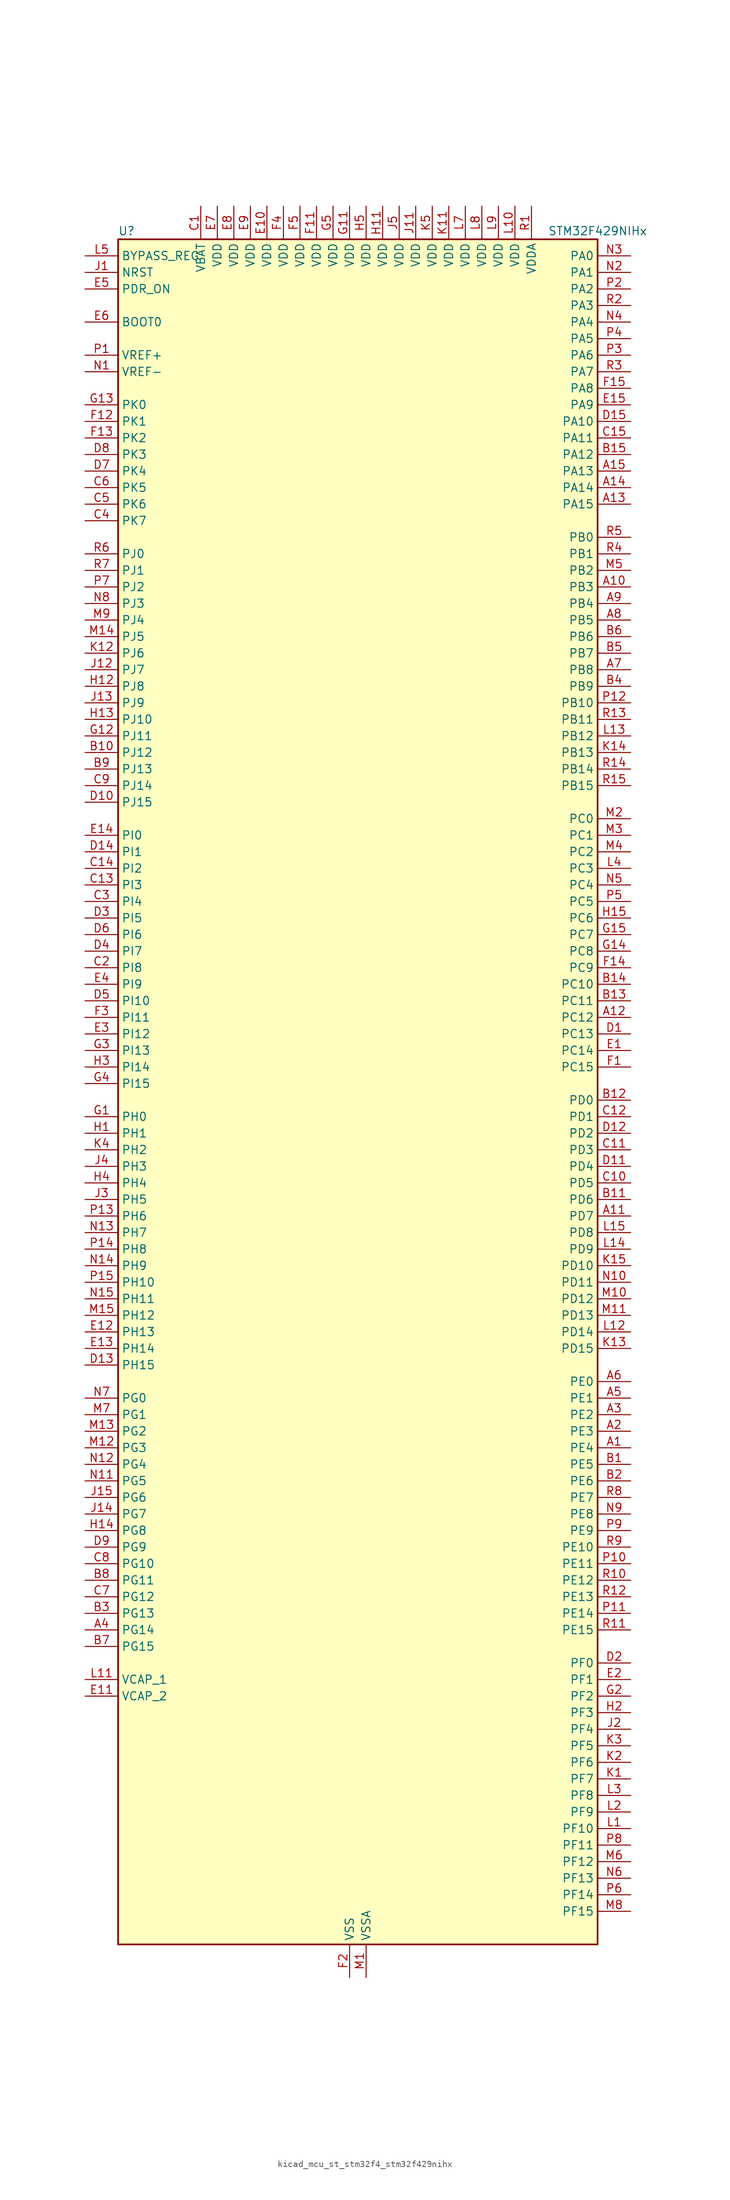
<source format=kicad_sym>
(kicad_symbol_lib
  (version 20220914)
  (generator kicad_symbol_editor)
  (symbol "kicad_mcu_st_stm32f4_stm32f429nihx"
    (property "Reference" "U"
      (at -35.56 133.35 0)
      (effects (font (size 1.27 1.27)) (justify left)))
    (property "Value" "STM32F429NIHx"
      (at 30.48 133.35 0)
      (effects (font (size 1.27 1.27)) (justify left)))
    (property "ki_locked" ""
      (at 0 0 0)
      (effects (font (size 1.27 1.27))))
    (symbol "kicad_mcu_st_stm32f4_stm32f429nihx_0_1"
      (rectangle (start -35.56 -129.54) (end 38.1 132.08) (stroke (width 0.254) (type default)) (fill (type background))))
    (symbol "kicad_mcu_st_stm32f4_stm32f429nihx_1_1"
      (pin bidirectional line (at 43.18 -53.34 180) (length 5.08) (name "PE4" (effects (font (size 1.27 1.27)))) (number "A1" (effects (font (size 1.27 1.27)))) (alternate "DCMI_D4" bidirectional line) (alternate "FMC_A20" bidirectional line) (alternate "LTDC_B0" bidirectional line) (alternate "SAI1_FS_A" bidirectional line) (alternate "SPI4_NSS" bidirectional line) (alternate "SYS_TRACED1" bidirectional line))
      (pin bidirectional line (at 43.18 78.74 180) (length 5.08) (name "PB3" (effects (font (size 1.27 1.27)))) (number "A10" (effects (font (size 1.27 1.27)))) (alternate "I2S3_CK" bidirectional line) (alternate "SPI1_SCK" bidirectional line) (alternate "SPI3_SCK" bidirectional line) (alternate "SYS_JTDO-SWO" bidirectional line) (alternate "TIM2_CH2" bidirectional line))
      (pin bidirectional line (at 43.18 -17.78 180) (length 5.08) (name "PD7" (effects (font (size 1.27 1.27)))) (number "A11" (effects (font (size 1.27 1.27)))) (alternate "FMC_NCE2" bidirectional line) (alternate "FMC_NE1" bidirectional line) (alternate "USART2_CK" bidirectional line))
      (pin bidirectional line (at 43.18 12.7 180) (length 5.08) (name "PC12" (effects (font (size 1.27 1.27)))) (number "A12" (effects (font (size 1.27 1.27)))) (alternate "DCMI_D9" bidirectional line) (alternate "I2S3_SD" bidirectional line) (alternate "SDIO_CK" bidirectional line) (alternate "SPI3_MOSI" bidirectional line) (alternate "UART5_TX" bidirectional line) (alternate "USART3_CK" bidirectional line))
      (pin bidirectional line (at 43.18 91.44 180) (length 5.08) (name "PA15" (effects (font (size 1.27 1.27)))) (number "A13" (effects (font (size 1.27 1.27)))) (alternate "ADC1_EXTI15" bidirectional line) (alternate "ADC2_EXTI15" bidirectional line) (alternate "ADC3_EXTI15" bidirectional line) (alternate "I2S3_WS" bidirectional line) (alternate "SPI1_NSS" bidirectional line) (alternate "SPI3_NSS" bidirectional line) (alternate "SYS_JTDI" bidirectional line) (alternate "TIM2_CH1" bidirectional line) (alternate "TIM2_ETR" bidirectional line))
      (pin bidirectional line (at 43.18 93.98 180) (length 5.08) (name "PA14" (effects (font (size 1.27 1.27)))) (number "A14" (effects (font (size 1.27 1.27)))) (alternate "SYS_JTCK-SWCLK" bidirectional line))
      (pin bidirectional line (at 43.18 96.52 180) (length 5.08) (name "PA13" (effects (font (size 1.27 1.27)))) (number "A15" (effects (font (size 1.27 1.27)))) (alternate "SYS_JTMS-SWDIO" bidirectional line))
      (pin bidirectional line (at 43.18 -50.8 180) (length 5.08) (name "PE3" (effects (font (size 1.27 1.27)))) (number "A2" (effects (font (size 1.27 1.27)))) (alternate "FMC_A19" bidirectional line) (alternate "SAI1_SD_B" bidirectional line) (alternate "SYS_TRACED0" bidirectional line))
      (pin bidirectional line (at 43.18 -48.26 180) (length 5.08) (name "PE2" (effects (font (size 1.27 1.27)))) (number "A3" (effects (font (size 1.27 1.27)))) (alternate "ETH_TXD3" bidirectional line) (alternate "FMC_A23" bidirectional line) (alternate "SAI1_MCLK_A" bidirectional line) (alternate "SPI4_SCK" bidirectional line) (alternate "SYS_TRACECLK" bidirectional line))
      (pin bidirectional line (at -40.64 -81.28 0) (length 5.08) (name "PG14" (effects (font (size 1.27 1.27)))) (number "A4" (effects (font (size 1.27 1.27)))) (alternate "ETH_TXD1" bidirectional line) (alternate "FMC_A25" bidirectional line) (alternate "SPI6_MOSI" bidirectional line) (alternate "USART6_TX" bidirectional line))
      (pin bidirectional line (at 43.18 -45.72 180) (length 5.08) (name "PE1" (effects (font (size 1.27 1.27)))) (number "A5" (effects (font (size 1.27 1.27)))) (alternate "DCMI_D3" bidirectional line) (alternate "FMC_NBL1" bidirectional line) (alternate "UART8_TX" bidirectional line))
      (pin bidirectional line (at 43.18 -43.18 180) (length 5.08) (name "PE0" (effects (font (size 1.27 1.27)))) (number "A6" (effects (font (size 1.27 1.27)))) (alternate "DCMI_D2" bidirectional line) (alternate "FMC_NBL0" bidirectional line) (alternate "TIM4_ETR" bidirectional line) (alternate "UART8_RX" bidirectional line))
      (pin bidirectional line (at 43.18 66.04 180) (length 5.08) (name "PB8" (effects (font (size 1.27 1.27)))) (number "A7" (effects (font (size 1.27 1.27)))) (alternate "CAN1_RX" bidirectional line) (alternate "DCMI_D6" bidirectional line) (alternate "ETH_TXD3" bidirectional line) (alternate "I2C1_SCL" bidirectional line) (alternate "LTDC_B6" bidirectional line) (alternate "SDIO_D4" bidirectional line) (alternate "TIM10_CH1" bidirectional line) (alternate "TIM4_CH3" bidirectional line))
      (pin bidirectional line (at 43.18 73.66 180) (length 5.08) (name "PB5" (effects (font (size 1.27 1.27)))) (number "A8" (effects (font (size 1.27 1.27)))) (alternate "CAN2_RX" bidirectional line) (alternate "DCMI_D10" bidirectional line) (alternate "ETH_PPS_OUT" bidirectional line) (alternate "FMC_SDCKE1" bidirectional line) (alternate "I2C1_SMBA" bidirectional line) (alternate "I2S3_SD" bidirectional line) (alternate "SPI1_MOSI" bidirectional line) (alternate "SPI3_MOSI" bidirectional line) (alternate "TIM3_CH2" bidirectional line) (alternate "USB_OTG_HS_ULPI_D7" bidirectional line))
      (pin bidirectional line (at 43.18 76.2 180) (length 5.08) (name "PB4" (effects (font (size 1.27 1.27)))) (number "A9" (effects (font (size 1.27 1.27)))) (alternate "I2S3_ext_SD" bidirectional line) (alternate "SPI1_MISO" bidirectional line) (alternate "SPI3_MISO" bidirectional line) (alternate "SYS_JTRST" bidirectional line) (alternate "TIM3_CH1" bidirectional line))
      (pin bidirectional line (at 43.18 -55.88 180) (length 5.08) (name "PE5" (effects (font (size 1.27 1.27)))) (number "B1" (effects (font (size 1.27 1.27)))) (alternate "DCMI_D6" bidirectional line) (alternate "FMC_A21" bidirectional line) (alternate "LTDC_G0" bidirectional line) (alternate "SAI1_SCK_A" bidirectional line) (alternate "SPI4_MISO" bidirectional line) (alternate "SYS_TRACED2" bidirectional line) (alternate "TIM9_CH1" bidirectional line))
      (pin bidirectional line (at -40.64 53.34 0) (length 5.08) (name "PJ12" (effects (font (size 1.27 1.27)))) (number "B10" (effects (font (size 1.27 1.27)))) (alternate "LTDC_B0" bidirectional line))
      (pin bidirectional line (at 43.18 -15.24 180) (length 5.08) (name "PD6" (effects (font (size 1.27 1.27)))) (number "B11" (effects (font (size 1.27 1.27)))) (alternate "DCMI_D10" bidirectional line) (alternate "FMC_NWAIT" bidirectional line) (alternate "I2S3_SD" bidirectional line) (alternate "LTDC_B2" bidirectional line) (alternate "SAI1_SD_A" bidirectional line) (alternate "SPI3_MOSI" bidirectional line) (alternate "USART2_RX" bidirectional line))
      (pin bidirectional line (at 43.18 0 180) (length 5.08) (name "PD0" (effects (font (size 1.27 1.27)))) (number "B12" (effects (font (size 1.27 1.27)))) (alternate "CAN1_RX" bidirectional line) (alternate "FMC_D2" bidirectional line) (alternate "FMC_DA2" bidirectional line))
      (pin bidirectional line (at 43.18 15.24 180) (length 5.08) (name "PC11" (effects (font (size 1.27 1.27)))) (number "B13" (effects (font (size 1.27 1.27)))) (alternate "ADC1_EXTI11" bidirectional line) (alternate "ADC2_EXTI11" bidirectional line) (alternate "ADC3_EXTI11" bidirectional line) (alternate "DCMI_D4" bidirectional line) (alternate "I2S3_ext_SD" bidirectional line) (alternate "SDIO_D3" bidirectional line) (alternate "SPI3_MISO" bidirectional line) (alternate "UART4_RX" bidirectional line) (alternate "USART3_RX" bidirectional line))
      (pin bidirectional line (at 43.18 17.78 180) (length 5.08) (name "PC10" (effects (font (size 1.27 1.27)))) (number "B14" (effects (font (size 1.27 1.27)))) (alternate "DCMI_D8" bidirectional line) (alternate "I2S3_CK" bidirectional line) (alternate "LTDC_R2" bidirectional line) (alternate "SDIO_D2" bidirectional line) (alternate "SPI3_SCK" bidirectional line) (alternate "UART4_TX" bidirectional line) (alternate "USART3_TX" bidirectional line))
      (pin bidirectional line (at 43.18 99.06 180) (length 5.08) (name "PA12" (effects (font (size 1.27 1.27)))) (number "B15" (effects (font (size 1.27 1.27)))) (alternate "CAN1_TX" bidirectional line) (alternate "LTDC_R5" bidirectional line) (alternate "TIM1_ETR" bidirectional line) (alternate "USART1_RTS" bidirectional line) (alternate "USB_OTG_FS_DP" bidirectional line))
      (pin bidirectional line (at 43.18 -58.42 180) (length 5.08) (name "PE6" (effects (font (size 1.27 1.27)))) (number "B2" (effects (font (size 1.27 1.27)))) (alternate "DCMI_D7" bidirectional line) (alternate "FMC_A22" bidirectional line) (alternate "LTDC_G1" bidirectional line) (alternate "SAI1_SD_A" bidirectional line) (alternate "SPI4_MOSI" bidirectional line) (alternate "SYS_TRACED3" bidirectional line) (alternate "TIM9_CH2" bidirectional line))
      (pin bidirectional line (at -40.64 -78.74 0) (length 5.08) (name "PG13" (effects (font (size 1.27 1.27)))) (number "B3" (effects (font (size 1.27 1.27)))) (alternate "ETH_TXD0" bidirectional line) (alternate "FMC_A24" bidirectional line) (alternate "SPI6_SCK" bidirectional line) (alternate "USART6_CTS" bidirectional line))
      (pin bidirectional line (at 43.18 63.5 180) (length 5.08) (name "PB9" (effects (font (size 1.27 1.27)))) (number "B4" (effects (font (size 1.27 1.27)))) (alternate "CAN1_TX" bidirectional line) (alternate "DAC_EXTI9" bidirectional line) (alternate "DCMI_D7" bidirectional line) (alternate "I2C1_SDA" bidirectional line) (alternate "I2S2_WS" bidirectional line) (alternate "LTDC_B7" bidirectional line) (alternate "SDIO_D5" bidirectional line) (alternate "SPI2_NSS" bidirectional line) (alternate "TIM11_CH1" bidirectional line) (alternate "TIM4_CH4" bidirectional line))
      (pin bidirectional line (at 43.18 68.58 180) (length 5.08) (name "PB7" (effects (font (size 1.27 1.27)))) (number "B5" (effects (font (size 1.27 1.27)))) (alternate "DCMI_VSYNC" bidirectional line) (alternate "FMC_NL" bidirectional line) (alternate "I2C1_SDA" bidirectional line) (alternate "TIM4_CH2" bidirectional line) (alternate "USART1_RX" bidirectional line))
      (pin bidirectional line (at 43.18 71.12 180) (length 5.08) (name "PB6" (effects (font (size 1.27 1.27)))) (number "B6" (effects (font (size 1.27 1.27)))) (alternate "CAN2_TX" bidirectional line) (alternate "DCMI_D5" bidirectional line) (alternate "FMC_SDNE1" bidirectional line) (alternate "I2C1_SCL" bidirectional line) (alternate "TIM4_CH1" bidirectional line) (alternate "USART1_TX" bidirectional line))
      (pin bidirectional line (at -40.64 -83.82 0) (length 5.08) (name "PG15" (effects (font (size 1.27 1.27)))) (number "B7" (effects (font (size 1.27 1.27)))) (alternate "ADC1_EXTI15" bidirectional line) (alternate "ADC2_EXTI15" bidirectional line) (alternate "ADC3_EXTI15" bidirectional line) (alternate "DCMI_D13" bidirectional line) (alternate "FMC_SDNCAS" bidirectional line) (alternate "USART6_CTS" bidirectional line))
      (pin bidirectional line (at -40.64 -73.66 0) (length 5.08) (name "PG11" (effects (font (size 1.27 1.27)))) (number "B8" (effects (font (size 1.27 1.27)))) (alternate "ADC1_EXTI11" bidirectional line) (alternate "ADC2_EXTI11" bidirectional line) (alternate "ADC3_EXTI11" bidirectional line) (alternate "DCMI_D3" bidirectional line) (alternate "ETH_TX_EN" bidirectional line) (alternate "FMC_NCE4_2" bidirectional line) (alternate "LTDC_B3" bidirectional line))
      (pin bidirectional line (at -40.64 50.8 0) (length 5.08) (name "PJ13" (effects (font (size 1.27 1.27)))) (number "B9" (effects (font (size 1.27 1.27)))) (alternate "LTDC_B1" bidirectional line))
      (pin power_in line (at -22.86 137.16 270) (length 5.08) (name "VBAT" (effects (font (size 1.27 1.27)))) (number "C1" (effects (font (size 1.27 1.27)))))
      (pin bidirectional line (at 43.18 -12.7 180) (length 5.08) (name "PD5" (effects (font (size 1.27 1.27)))) (number "C10" (effects (font (size 1.27 1.27)))) (alternate "FMC_NWE" bidirectional line) (alternate "USART2_TX" bidirectional line))
      (pin bidirectional line (at 43.18 -7.62 180) (length 5.08) (name "PD3" (effects (font (size 1.27 1.27)))) (number "C11" (effects (font (size 1.27 1.27)))) (alternate "DCMI_D5" bidirectional line) (alternate "FMC_CLK" bidirectional line) (alternate "I2S2_CK" bidirectional line) (alternate "LTDC_G7" bidirectional line) (alternate "SPI2_SCK" bidirectional line) (alternate "USART2_CTS" bidirectional line))
      (pin bidirectional line (at 43.18 -2.54 180) (length 5.08) (name "PD1" (effects (font (size 1.27 1.27)))) (number "C12" (effects (font (size 1.27 1.27)))) (alternate "CAN1_TX" bidirectional line) (alternate "FMC_D3" bidirectional line) (alternate "FMC_DA3" bidirectional line))
      (pin bidirectional line (at -40.64 33.02 0) (length 5.08) (name "PI3" (effects (font (size 1.27 1.27)))) (number "C13" (effects (font (size 1.27 1.27)))) (alternate "DCMI_D10" bidirectional line) (alternate "FMC_D27" bidirectional line) (alternate "I2S2_SD" bidirectional line) (alternate "SPI2_MOSI" bidirectional line) (alternate "TIM8_ETR" bidirectional line))
      (pin bidirectional line (at -40.64 35.56 0) (length 5.08) (name "PI2" (effects (font (size 1.27 1.27)))) (number "C14" (effects (font (size 1.27 1.27)))) (alternate "DCMI_D9" bidirectional line) (alternate "FMC_D26" bidirectional line) (alternate "I2S2_ext_SD" bidirectional line) (alternate "LTDC_G7" bidirectional line) (alternate "SPI2_MISO" bidirectional line) (alternate "TIM8_CH4" bidirectional line))
      (pin bidirectional line (at 43.18 101.6 180) (length 5.08) (name "PA11" (effects (font (size 1.27 1.27)))) (number "C15" (effects (font (size 1.27 1.27)))) (alternate "ADC1_EXTI11" bidirectional line) (alternate "ADC2_EXTI11" bidirectional line) (alternate "ADC3_EXTI11" bidirectional line) (alternate "CAN1_RX" bidirectional line) (alternate "LTDC_R4" bidirectional line) (alternate "TIM1_CH4" bidirectional line) (alternate "USART1_CTS" bidirectional line) (alternate "USB_OTG_FS_DM" bidirectional line))
      (pin bidirectional line (at -40.64 20.32 0) (length 5.08) (name "PI8" (effects (font (size 1.27 1.27)))) (number "C2" (effects (font (size 1.27 1.27)))) (alternate "RTC_AF2" bidirectional line))
      (pin bidirectional line (at -40.64 30.48 0) (length 5.08) (name "PI4" (effects (font (size 1.27 1.27)))) (number "C3" (effects (font (size 1.27 1.27)))) (alternate "DCMI_D5" bidirectional line) (alternate "FMC_NBL2" bidirectional line) (alternate "LTDC_B4" bidirectional line) (alternate "TIM8_BKIN" bidirectional line))
      (pin bidirectional line (at -40.64 88.9 0) (length 5.08) (name "PK7" (effects (font (size 1.27 1.27)))) (number "C4" (effects (font (size 1.27 1.27)))) (alternate "LTDC_DE" bidirectional line))
      (pin bidirectional line (at -40.64 91.44 0) (length 5.08) (name "PK6" (effects (font (size 1.27 1.27)))) (number "C5" (effects (font (size 1.27 1.27)))) (alternate "LTDC_B7" bidirectional line))
      (pin bidirectional line (at -40.64 93.98 0) (length 5.08) (name "PK5" (effects (font (size 1.27 1.27)))) (number "C6" (effects (font (size 1.27 1.27)))) (alternate "LTDC_B6" bidirectional line))
      (pin bidirectional line (at -40.64 -76.2 0) (length 5.08) (name "PG12" (effects (font (size 1.27 1.27)))) (number "C7" (effects (font (size 1.27 1.27)))) (alternate "FMC_NE4" bidirectional line) (alternate "LTDC_B1" bidirectional line) (alternate "LTDC_B4" bidirectional line) (alternate "SPI6_MISO" bidirectional line) (alternate "USART6_RTS" bidirectional line))
      (pin bidirectional line (at -40.64 -71.12 0) (length 5.08) (name "PG10" (effects (font (size 1.27 1.27)))) (number "C8" (effects (font (size 1.27 1.27)))) (alternate "DCMI_D2" bidirectional line) (alternate "FMC_NCE4_1" bidirectional line) (alternate "FMC_NE3" bidirectional line) (alternate "LTDC_B2" bidirectional line) (alternate "LTDC_G3" bidirectional line))
      (pin bidirectional line (at -40.64 48.26 0) (length 5.08) (name "PJ14" (effects (font (size 1.27 1.27)))) (number "C9" (effects (font (size 1.27 1.27)))) (alternate "LTDC_B2" bidirectional line))
      (pin bidirectional line (at 43.18 10.16 180) (length 5.08) (name "PC13" (effects (font (size 1.27 1.27)))) (number "D1" (effects (font (size 1.27 1.27)))) (alternate "RTC_AF1" bidirectional line))
      (pin bidirectional line (at -40.64 45.72 0) (length 5.08) (name "PJ15" (effects (font (size 1.27 1.27)))) (number "D10" (effects (font (size 1.27 1.27)))) (alternate "ADC1_EXTI15" bidirectional line) (alternate "ADC2_EXTI15" bidirectional line) (alternate "ADC3_EXTI15" bidirectional line) (alternate "LTDC_B3" bidirectional line))
      (pin bidirectional line (at 43.18 -10.16 180) (length 5.08) (name "PD4" (effects (font (size 1.27 1.27)))) (number "D11" (effects (font (size 1.27 1.27)))) (alternate "FMC_NOE" bidirectional line) (alternate "USART2_RTS" bidirectional line))
      (pin bidirectional line (at 43.18 -5.08 180) (length 5.08) (name "PD2" (effects (font (size 1.27 1.27)))) (number "D12" (effects (font (size 1.27 1.27)))) (alternate "DCMI_D11" bidirectional line) (alternate "SDIO_CMD" bidirectional line) (alternate "TIM3_ETR" bidirectional line) (alternate "UART5_RX" bidirectional line))
      (pin bidirectional line (at -40.64 -40.64 0) (length 5.08) (name "PH15" (effects (font (size 1.27 1.27)))) (number "D13" (effects (font (size 1.27 1.27)))) (alternate "ADC1_EXTI15" bidirectional line) (alternate "ADC2_EXTI15" bidirectional line) (alternate "ADC3_EXTI15" bidirectional line) (alternate "DCMI_D11" bidirectional line) (alternate "FMC_D23" bidirectional line) (alternate "LTDC_G4" bidirectional line) (alternate "TIM8_CH3N" bidirectional line))
      (pin bidirectional line (at -40.64 38.1 0) (length 5.08) (name "PI1" (effects (font (size 1.27 1.27)))) (number "D14" (effects (font (size 1.27 1.27)))) (alternate "DCMI_D8" bidirectional line) (alternate "FMC_D25" bidirectional line) (alternate "I2S2_CK" bidirectional line) (alternate "LTDC_G6" bidirectional line) (alternate "SPI2_SCK" bidirectional line))
      (pin bidirectional line (at 43.18 104.14 180) (length 5.08) (name "PA10" (effects (font (size 1.27 1.27)))) (number "D15" (effects (font (size 1.27 1.27)))) (alternate "DCMI_D1" bidirectional line) (alternate "TIM1_CH3" bidirectional line) (alternate "USART1_RX" bidirectional line) (alternate "USB_OTG_FS_ID" bidirectional line))
      (pin bidirectional line (at 43.18 -86.36 180) (length 5.08) (name "PF0" (effects (font (size 1.27 1.27)))) (number "D2" (effects (font (size 1.27 1.27)))) (alternate "FMC_A0" bidirectional line) (alternate "I2C2_SDA" bidirectional line))
      (pin bidirectional line (at -40.64 27.94 0) (length 5.08) (name "PI5" (effects (font (size 1.27 1.27)))) (number "D3" (effects (font (size 1.27 1.27)))) (alternate "DCMI_VSYNC" bidirectional line) (alternate "FMC_NBL3" bidirectional line) (alternate "LTDC_B5" bidirectional line) (alternate "TIM8_CH1" bidirectional line))
      (pin bidirectional line (at -40.64 22.86 0) (length 5.08) (name "PI7" (effects (font (size 1.27 1.27)))) (number "D4" (effects (font (size 1.27 1.27)))) (alternate "DCMI_D7" bidirectional line) (alternate "FMC_D29" bidirectional line) (alternate "LTDC_B7" bidirectional line) (alternate "TIM8_CH3" bidirectional line))
      (pin bidirectional line (at -40.64 15.24 0) (length 5.08) (name "PI10" (effects (font (size 1.27 1.27)))) (number "D5" (effects (font (size 1.27 1.27)))) (alternate "ETH_RX_ER" bidirectional line) (alternate "FMC_D31" bidirectional line) (alternate "LTDC_HSYNC" bidirectional line))
      (pin bidirectional line (at -40.64 25.4 0) (length 5.08) (name "PI6" (effects (font (size 1.27 1.27)))) (number "D6" (effects (font (size 1.27 1.27)))) (alternate "DCMI_D6" bidirectional line) (alternate "FMC_D28" bidirectional line) (alternate "LTDC_B6" bidirectional line) (alternate "TIM8_CH2" bidirectional line))
      (pin bidirectional line (at -40.64 96.52 0) (length 5.08) (name "PK4" (effects (font (size 1.27 1.27)))) (number "D7" (effects (font (size 1.27 1.27)))) (alternate "LTDC_B5" bidirectional line))
      (pin bidirectional line (at -40.64 99.06 0) (length 5.08) (name "PK3" (effects (font (size 1.27 1.27)))) (number "D8" (effects (font (size 1.27 1.27)))) (alternate "LTDC_B4" bidirectional line))
      (pin bidirectional line (at -40.64 -68.58 0) (length 5.08) (name "PG9" (effects (font (size 1.27 1.27)))) (number "D9" (effects (font (size 1.27 1.27)))) (alternate "DAC_EXTI9" bidirectional line) (alternate "DCMI_VSYNC" bidirectional line) (alternate "FMC_NCE3" bidirectional line) (alternate "FMC_NE2" bidirectional line) (alternate "USART6_RX" bidirectional line))
      (pin bidirectional line (at 43.18 7.62 180) (length 5.08) (name "PC14" (effects (font (size 1.27 1.27)))) (number "E1" (effects (font (size 1.27 1.27)))) (alternate "RCC_OSC32_IN" bidirectional line))
      (pin power_in line (at -12.7 137.16 270) (length 5.08) (name "VDD" (effects (font (size 1.27 1.27)))) (number "E10" (effects (font (size 1.27 1.27)))))
      (pin power_out line (at -40.64 -91.44 0) (length 5.08) (name "VCAP_2" (effects (font (size 1.27 1.27)))) (number "E11" (effects (font (size 1.27 1.27)))))
      (pin bidirectional line (at -40.64 -35.56 0) (length 5.08) (name "PH13" (effects (font (size 1.27 1.27)))) (number "E12" (effects (font (size 1.27 1.27)))) (alternate "CAN1_TX" bidirectional line) (alternate "FMC_D21" bidirectional line) (alternate "LTDC_G2" bidirectional line) (alternate "TIM8_CH1N" bidirectional line))
      (pin bidirectional line (at -40.64 -38.1 0) (length 5.08) (name "PH14" (effects (font (size 1.27 1.27)))) (number "E13" (effects (font (size 1.27 1.27)))) (alternate "DCMI_D4" bidirectional line) (alternate "FMC_D22" bidirectional line) (alternate "LTDC_G3" bidirectional line) (alternate "TIM8_CH2N" bidirectional line))
      (pin bidirectional line (at -40.64 40.64 0) (length 5.08) (name "PI0" (effects (font (size 1.27 1.27)))) (number "E14" (effects (font (size 1.27 1.27)))) (alternate "DCMI_D13" bidirectional line) (alternate "FMC_D24" bidirectional line) (alternate "I2S2_WS" bidirectional line) (alternate "LTDC_G5" bidirectional line) (alternate "SPI2_NSS" bidirectional line) (alternate "TIM5_CH4" bidirectional line))
      (pin bidirectional line (at 43.18 106.68 180) (length 5.08) (name "PA9" (effects (font (size 1.27 1.27)))) (number "E15" (effects (font (size 1.27 1.27)))) (alternate "DAC_EXTI9" bidirectional line) (alternate "DCMI_D0" bidirectional line) (alternate "I2C3_SMBA" bidirectional line) (alternate "TIM1_CH2" bidirectional line) (alternate "USART1_TX" bidirectional line) (alternate "USB_OTG_FS_VBUS" bidirectional line))
      (pin bidirectional line (at 43.18 -88.9 180) (length 5.08) (name "PF1" (effects (font (size 1.27 1.27)))) (number "E2" (effects (font (size 1.27 1.27)))) (alternate "FMC_A1" bidirectional line) (alternate "I2C2_SCL" bidirectional line))
      (pin bidirectional line (at -40.64 10.16 0) (length 5.08) (name "PI12" (effects (font (size 1.27 1.27)))) (number "E3" (effects (font (size 1.27 1.27)))) (alternate "LTDC_HSYNC" bidirectional line))
      (pin bidirectional line (at -40.64 17.78 0) (length 5.08) (name "PI9" (effects (font (size 1.27 1.27)))) (number "E4" (effects (font (size 1.27 1.27)))) (alternate "CAN1_RX" bidirectional line) (alternate "DAC_EXTI9" bidirectional line) (alternate "FMC_D30" bidirectional line) (alternate "LTDC_VSYNC" bidirectional line))
      (pin input line (at -40.64 124.46 0) (length 5.08) (name "PDR_ON" (effects (font (size 1.27 1.27)))) (number "E5" (effects (font (size 1.27 1.27)))))
      (pin input line (at -40.64 119.38 0) (length 5.08) (name "BOOT0" (effects (font (size 1.27 1.27)))) (number "E6" (effects (font (size 1.27 1.27)))))
      (pin power_in line (at -20.32 137.16 270) (length 5.08) (name "VDD" (effects (font (size 1.27 1.27)))) (number "E7" (effects (font (size 1.27 1.27)))))
      (pin power_in line (at -17.78 137.16 270) (length 5.08) (name "VDD" (effects (font (size 1.27 1.27)))) (number "E8" (effects (font (size 1.27 1.27)))))
      (pin power_in line (at -15.24 137.16 270) (length 5.08) (name "VDD" (effects (font (size 1.27 1.27)))) (number "E9" (effects (font (size 1.27 1.27)))))
      (pin bidirectional line (at 43.18 5.08 180) (length 5.08) (name "PC15" (effects (font (size 1.27 1.27)))) (number "F1" (effects (font (size 1.27 1.27)))) (alternate "ADC1_EXTI15" bidirectional line) (alternate "ADC2_EXTI15" bidirectional line) (alternate "ADC3_EXTI15" bidirectional line) (alternate "RCC_OSC32_OUT" bidirectional line))
      (pin passive line (at 0 -134.62 90) (length 5.08) hide (name "VSS" (effects (font (size 1.27 1.27)))) (number "F10" (effects (font (size 1.27 1.27)))))
      (pin power_in line (at -5.08 137.16 270) (length 5.08) (name "VDD" (effects (font (size 1.27 1.27)))) (number "F11" (effects (font (size 1.27 1.27)))))
      (pin bidirectional line (at -40.64 104.14 0) (length 5.08) (name "PK1" (effects (font (size 1.27 1.27)))) (number "F12" (effects (font (size 1.27 1.27)))) (alternate "LTDC_G6" bidirectional line))
      (pin bidirectional line (at -40.64 101.6 0) (length 5.08) (name "PK2" (effects (font (size 1.27 1.27)))) (number "F13" (effects (font (size 1.27 1.27)))) (alternate "LTDC_G7" bidirectional line))
      (pin bidirectional line (at 43.18 20.32 180) (length 5.08) (name "PC9" (effects (font (size 1.27 1.27)))) (number "F14" (effects (font (size 1.27 1.27)))) (alternate "DAC_EXTI9" bidirectional line) (alternate "DCMI_D3" bidirectional line) (alternate "I2C3_SDA" bidirectional line) (alternate "I2S_CKIN" bidirectional line) (alternate "RCC_MCO_2" bidirectional line) (alternate "SDIO_D1" bidirectional line) (alternate "TIM3_CH4" bidirectional line) (alternate "TIM8_CH4" bidirectional line))
      (pin bidirectional line (at 43.18 109.22 180) (length 5.08) (name "PA8" (effects (font (size 1.27 1.27)))) (number "F15" (effects (font (size 1.27 1.27)))) (alternate "I2C3_SCL" bidirectional line) (alternate "LTDC_R6" bidirectional line) (alternate "RCC_MCO_1" bidirectional line) (alternate "TIM1_CH1" bidirectional line) (alternate "USART1_CK" bidirectional line) (alternate "USB_OTG_FS_SOF" bidirectional line))
      (pin power_in line (at 0 -134.62 90) (length 5.08) (name "VSS" (effects (font (size 1.27 1.27)))) (number "F2" (effects (font (size 1.27 1.27)))))
      (pin bidirectional line (at -40.64 12.7 0) (length 5.08) (name "PI11" (effects (font (size 1.27 1.27)))) (number "F3" (effects (font (size 1.27 1.27)))) (alternate "ADC1_EXTI11" bidirectional line) (alternate "ADC2_EXTI11" bidirectional line) (alternate "ADC3_EXTI11" bidirectional line) (alternate "USB_OTG_HS_ULPI_DIR" bidirectional line))
      (pin power_in line (at -10.16 137.16 270) (length 5.08) (name "VDD" (effects (font (size 1.27 1.27)))) (number "F4" (effects (font (size 1.27 1.27)))))
      (pin power_in line (at -7.62 137.16 270) (length 5.08) (name "VDD" (effects (font (size 1.27 1.27)))) (number "F5" (effects (font (size 1.27 1.27)))))
      (pin passive line (at 0 -134.62 90) (length 5.08) hide (name "VSS" (effects (font (size 1.27 1.27)))) (number "F6" (effects (font (size 1.27 1.27)))))
      (pin passive line (at 0 -134.62 90) (length 5.08) hide (name "VSS" (effects (font (size 1.27 1.27)))) (number "F7" (effects (font (size 1.27 1.27)))))
      (pin passive line (at 0 -134.62 90) (length 5.08) hide (name "VSS" (effects (font (size 1.27 1.27)))) (number "F8" (effects (font (size 1.27 1.27)))))
      (pin passive line (at 0 -134.62 90) (length 5.08) hide (name "VSS" (effects (font (size 1.27 1.27)))) (number "F9" (effects (font (size 1.27 1.27)))))
      (pin bidirectional line (at -40.64 -2.54 0) (length 5.08) (name "PH0" (effects (font (size 1.27 1.27)))) (number "G1" (effects (font (size 1.27 1.27)))) (alternate "RCC_OSC_IN" bidirectional line))
      (pin passive line (at 0 -134.62 90) (length 5.08) hide (name "VSS" (effects (font (size 1.27 1.27)))) (number "G10" (effects (font (size 1.27 1.27)))))
      (pin power_in line (at 0 137.16 270) (length 5.08) (name "VDD" (effects (font (size 1.27 1.27)))) (number "G11" (effects (font (size 1.27 1.27)))))
      (pin bidirectional line (at -40.64 55.88 0) (length 5.08) (name "PJ11" (effects (font (size 1.27 1.27)))) (number "G12" (effects (font (size 1.27 1.27)))) (alternate "ADC1_EXTI11" bidirectional line) (alternate "ADC2_EXTI11" bidirectional line) (alternate "ADC3_EXTI11" bidirectional line) (alternate "LTDC_G4" bidirectional line))
      (pin bidirectional line (at -40.64 106.68 0) (length 5.08) (name "PK0" (effects (font (size 1.27 1.27)))) (number "G13" (effects (font (size 1.27 1.27)))) (alternate "LTDC_G5" bidirectional line))
      (pin bidirectional line (at 43.18 22.86 180) (length 5.08) (name "PC8" (effects (font (size 1.27 1.27)))) (number "G14" (effects (font (size 1.27 1.27)))) (alternate "DCMI_D2" bidirectional line) (alternate "SDIO_D0" bidirectional line) (alternate "TIM3_CH3" bidirectional line) (alternate "TIM8_CH3" bidirectional line) (alternate "USART6_CK" bidirectional line))
      (pin bidirectional line (at 43.18 25.4 180) (length 5.08) (name "PC7" (effects (font (size 1.27 1.27)))) (number "G15" (effects (font (size 1.27 1.27)))) (alternate "DCMI_D1" bidirectional line) (alternate "I2S3_MCK" bidirectional line) (alternate "LTDC_G6" bidirectional line) (alternate "SDIO_D7" bidirectional line) (alternate "TIM3_CH2" bidirectional line) (alternate "TIM8_CH2" bidirectional line) (alternate "USART6_RX" bidirectional line))
      (pin bidirectional line (at 43.18 -91.44 180) (length 5.08) (name "PF2" (effects (font (size 1.27 1.27)))) (number "G2" (effects (font (size 1.27 1.27)))) (alternate "FMC_A2" bidirectional line) (alternate "I2C2_SMBA" bidirectional line))
      (pin bidirectional line (at -40.64 7.62 0) (length 5.08) (name "PI13" (effects (font (size 1.27 1.27)))) (number "G3" (effects (font (size 1.27 1.27)))) (alternate "LTDC_VSYNC" bidirectional line))
      (pin bidirectional line (at -40.64 2.54 0) (length 5.08) (name "PI15" (effects (font (size 1.27 1.27)))) (number "G4" (effects (font (size 1.27 1.27)))) (alternate "ADC1_EXTI15" bidirectional line) (alternate "ADC2_EXTI15" bidirectional line) (alternate "ADC3_EXTI15" bidirectional line) (alternate "LTDC_R0" bidirectional line))
      (pin power_in line (at -2.54 137.16 270) (length 5.08) (name "VDD" (effects (font (size 1.27 1.27)))) (number "G5" (effects (font (size 1.27 1.27)))))
      (pin passive line (at 0 -134.62 90) (length 5.08) hide (name "VSS" (effects (font (size 1.27 1.27)))) (number "G6" (effects (font (size 1.27 1.27)))))
      (pin bidirectional line (at -40.64 -5.08 0) (length 5.08) (name "PH1" (effects (font (size 1.27 1.27)))) (number "H1" (effects (font (size 1.27 1.27)))) (alternate "RCC_OSC_OUT" bidirectional line))
      (pin passive line (at 0 -134.62 90) (length 5.08) hide (name "VSS" (effects (font (size 1.27 1.27)))) (number "H10" (effects (font (size 1.27 1.27)))))
      (pin power_in line (at 5.08 137.16 270) (length 5.08) (name "VDD" (effects (font (size 1.27 1.27)))) (number "H11" (effects (font (size 1.27 1.27)))))
      (pin bidirectional line (at -40.64 63.5 0) (length 5.08) (name "PJ8" (effects (font (size 1.27 1.27)))) (number "H12" (effects (font (size 1.27 1.27)))) (alternate "LTDC_G1" bidirectional line))
      (pin bidirectional line (at -40.64 58.42 0) (length 5.08) (name "PJ10" (effects (font (size 1.27 1.27)))) (number "H13" (effects (font (size 1.27 1.27)))) (alternate "LTDC_G3" bidirectional line))
      (pin bidirectional line (at -40.64 -66.04 0) (length 5.08) (name "PG8" (effects (font (size 1.27 1.27)))) (number "H14" (effects (font (size 1.27 1.27)))) (alternate "ETH_PPS_OUT" bidirectional line) (alternate "FMC_SDCLK" bidirectional line) (alternate "SPI6_NSS" bidirectional line) (alternate "USART6_RTS" bidirectional line))
      (pin bidirectional line (at 43.18 27.94 180) (length 5.08) (name "PC6" (effects (font (size 1.27 1.27)))) (number "H15" (effects (font (size 1.27 1.27)))) (alternate "DCMI_D0" bidirectional line) (alternate "I2S2_MCK" bidirectional line) (alternate "LTDC_HSYNC" bidirectional line) (alternate "SDIO_D6" bidirectional line) (alternate "TIM3_CH1" bidirectional line) (alternate "TIM8_CH1" bidirectional line) (alternate "USART6_TX" bidirectional line))
      (pin bidirectional line (at 43.18 -93.98 180) (length 5.08) (name "PF3" (effects (font (size 1.27 1.27)))) (number "H2" (effects (font (size 1.27 1.27)))) (alternate "ADC3_IN9" bidirectional line) (alternate "FMC_A3" bidirectional line))
      (pin bidirectional line (at -40.64 5.08 0) (length 5.08) (name "PI14" (effects (font (size 1.27 1.27)))) (number "H3" (effects (font (size 1.27 1.27)))) (alternate "LTDC_CLK" bidirectional line))
      (pin bidirectional line (at -40.64 -12.7 0) (length 5.08) (name "PH4" (effects (font (size 1.27 1.27)))) (number "H4" (effects (font (size 1.27 1.27)))) (alternate "I2C2_SCL" bidirectional line) (alternate "USB_OTG_HS_ULPI_NXT" bidirectional line))
      (pin power_in line (at 2.54 137.16 270) (length 5.08) (name "VDD" (effects (font (size 1.27 1.27)))) (number "H5" (effects (font (size 1.27 1.27)))))
      (pin passive line (at 0 -134.62 90) (length 5.08) hide (name "VSS" (effects (font (size 1.27 1.27)))) (number "H6" (effects (font (size 1.27 1.27)))))
      (pin input line (at -40.64 127 0) (length 5.08) (name "NRST" (effects (font (size 1.27 1.27)))) (number "J1" (effects (font (size 1.27 1.27)))))
      (pin passive line (at 0 -134.62 90) (length 5.08) hide (name "VSS" (effects (font (size 1.27 1.27)))) (number "J10" (effects (font (size 1.27 1.27)))))
      (pin power_in line (at 10.16 137.16 270) (length 5.08) (name "VDD" (effects (font (size 1.27 1.27)))) (number "J11" (effects (font (size 1.27 1.27)))))
      (pin bidirectional line (at -40.64 66.04 0) (length 5.08) (name "PJ7" (effects (font (size 1.27 1.27)))) (number "J12" (effects (font (size 1.27 1.27)))) (alternate "LTDC_G0" bidirectional line))
      (pin bidirectional line (at -40.64 60.96 0) (length 5.08) (name "PJ9" (effects (font (size 1.27 1.27)))) (number "J13" (effects (font (size 1.27 1.27)))) (alternate "DAC_EXTI9" bidirectional line) (alternate "LTDC_G2" bidirectional line))
      (pin bidirectional line (at -40.64 -63.5 0) (length 5.08) (name "PG7" (effects (font (size 1.27 1.27)))) (number "J14" (effects (font (size 1.27 1.27)))) (alternate "DCMI_D13" bidirectional line) (alternate "FMC_INT3" bidirectional line) (alternate "LTDC_CLK" bidirectional line) (alternate "USART6_CK" bidirectional line))
      (pin bidirectional line (at -40.64 -60.96 0) (length 5.08) (name "PG6" (effects (font (size 1.27 1.27)))) (number "J15" (effects (font (size 1.27 1.27)))) (alternate "DCMI_D12" bidirectional line) (alternate "FMC_INT2" bidirectional line) (alternate "LTDC_R7" bidirectional line))
      (pin bidirectional line (at 43.18 -96.52 180) (length 5.08) (name "PF4" (effects (font (size 1.27 1.27)))) (number "J2" (effects (font (size 1.27 1.27)))) (alternate "ADC3_IN14" bidirectional line) (alternate "FMC_A4" bidirectional line))
      (pin bidirectional line (at -40.64 -15.24 0) (length 5.08) (name "PH5" (effects (font (size 1.27 1.27)))) (number "J3" (effects (font (size 1.27 1.27)))) (alternate "FMC_SDNWE" bidirectional line) (alternate "I2C2_SDA" bidirectional line) (alternate "SPI5_NSS" bidirectional line))
      (pin bidirectional line (at -40.64 -10.16 0) (length 5.08) (name "PH3" (effects (font (size 1.27 1.27)))) (number "J4" (effects (font (size 1.27 1.27)))) (alternate "ETH_COL" bidirectional line) (alternate "FMC_SDNE0" bidirectional line) (alternate "LTDC_R1" bidirectional line))
      (pin power_in line (at 7.62 137.16 270) (length 5.08) (name "VDD" (effects (font (size 1.27 1.27)))) (number "J5" (effects (font (size 1.27 1.27)))))
      (pin passive line (at 0 -134.62 90) (length 5.08) hide (name "VSS" (effects (font (size 1.27 1.27)))) (number "J6" (effects (font (size 1.27 1.27)))))
      (pin bidirectional line (at 43.18 -104.14 180) (length 5.08) (name "PF7" (effects (font (size 1.27 1.27)))) (number "K1" (effects (font (size 1.27 1.27)))) (alternate "ADC3_IN5" bidirectional line) (alternate "FMC_NREG" bidirectional line) (alternate "SAI1_MCLK_B" bidirectional line) (alternate "SPI5_SCK" bidirectional line) (alternate "TIM11_CH1" bidirectional line) (alternate "UART7_TX" bidirectional line))
      (pin passive line (at 0 -134.62 90) (length 5.08) hide (name "VSS" (effects (font (size 1.27 1.27)))) (number "K10" (effects (font (size 1.27 1.27)))))
      (pin power_in line (at 15.24 137.16 270) (length 5.08) (name "VDD" (effects (font (size 1.27 1.27)))) (number "K11" (effects (font (size 1.27 1.27)))))
      (pin bidirectional line (at -40.64 68.58 0) (length 5.08) (name "PJ6" (effects (font (size 1.27 1.27)))) (number "K12" (effects (font (size 1.27 1.27)))) (alternate "LTDC_R7" bidirectional line))
      (pin bidirectional line (at 43.18 -38.1 180) (length 5.08) (name "PD15" (effects (font (size 1.27 1.27)))) (number "K13" (effects (font (size 1.27 1.27)))) (alternate "ADC1_EXTI15" bidirectional line) (alternate "ADC2_EXTI15" bidirectional line) (alternate "ADC3_EXTI15" bidirectional line) (alternate "FMC_D1" bidirectional line) (alternate "FMC_DA1" bidirectional line) (alternate "TIM4_CH4" bidirectional line))
      (pin bidirectional line (at 43.18 53.34 180) (length 5.08) (name "PB13" (effects (font (size 1.27 1.27)))) (number "K14" (effects (font (size 1.27 1.27)))) (alternate "CAN2_TX" bidirectional line) (alternate "ETH_TXD1" bidirectional line) (alternate "I2S2_CK" bidirectional line) (alternate "SPI2_SCK" bidirectional line) (alternate "TIM1_CH1N" bidirectional line) (alternate "USART3_CTS" bidirectional line) (alternate "USB_OTG_HS_ULPI_D6" bidirectional line) (alternate "USB_OTG_HS_VBUS" bidirectional line))
      (pin bidirectional line (at 43.18 -25.4 180) (length 5.08) (name "PD10" (effects (font (size 1.27 1.27)))) (number "K15" (effects (font (size 1.27 1.27)))) (alternate "FMC_D15" bidirectional line) (alternate "FMC_DA15" bidirectional line) (alternate "LTDC_B3" bidirectional line) (alternate "USART3_CK" bidirectional line))
      (pin bidirectional line (at 43.18 -101.6 180) (length 5.08) (name "PF6" (effects (font (size 1.27 1.27)))) (number "K2" (effects (font (size 1.27 1.27)))) (alternate "ADC3_IN4" bidirectional line) (alternate "FMC_NIORD" bidirectional line) (alternate "SAI1_SD_B" bidirectional line) (alternate "SPI5_NSS" bidirectional line) (alternate "TIM10_CH1" bidirectional line) (alternate "UART7_RX" bidirectional line))
      (pin bidirectional line (at 43.18 -99.06 180) (length 5.08) (name "PF5" (effects (font (size 1.27 1.27)))) (number "K3" (effects (font (size 1.27 1.27)))) (alternate "ADC3_IN15" bidirectional line) (alternate "FMC_A5" bidirectional line))
      (pin bidirectional line (at -40.64 -7.62 0) (length 5.08) (name "PH2" (effects (font (size 1.27 1.27)))) (number "K4" (effects (font (size 1.27 1.27)))) (alternate "ETH_CRS" bidirectional line) (alternate "FMC_SDCKE0" bidirectional line) (alternate "LTDC_R0" bidirectional line))
      (pin power_in line (at 12.7 137.16 270) (length 5.08) (name "VDD" (effects (font (size 1.27 1.27)))) (number "K5" (effects (font (size 1.27 1.27)))))
      (pin passive line (at 0 -134.62 90) (length 5.08) hide (name "VSS" (effects (font (size 1.27 1.27)))) (number "K6" (effects (font (size 1.27 1.27)))))
      (pin passive line (at 0 -134.62 90) (length 5.08) hide (name "VSS" (effects (font (size 1.27 1.27)))) (number "K7" (effects (font (size 1.27 1.27)))))
      (pin passive line (at 0 -134.62 90) (length 5.08) hide (name "VSS" (effects (font (size 1.27 1.27)))) (number "K8" (effects (font (size 1.27 1.27)))))
      (pin passive line (at 0 -134.62 90) (length 5.08) hide (name "VSS" (effects (font (size 1.27 1.27)))) (number "K9" (effects (font (size 1.27 1.27)))))
      (pin bidirectional line (at 43.18 -111.76 180) (length 5.08) (name "PF10" (effects (font (size 1.27 1.27)))) (number "L1" (effects (font (size 1.27 1.27)))) (alternate "ADC3_IN8" bidirectional line) (alternate "DCMI_D11" bidirectional line) (alternate "FMC_INTR" bidirectional line) (alternate "LTDC_DE" bidirectional line))
      (pin power_in line (at 25.4 137.16 270) (length 5.08) (name "VDD" (effects (font (size 1.27 1.27)))) (number "L10" (effects (font (size 1.27 1.27)))))
      (pin power_out line (at -40.64 -88.9 0) (length 5.08) (name "VCAP_1" (effects (font (size 1.27 1.27)))) (number "L11" (effects (font (size 1.27 1.27)))))
      (pin bidirectional line (at 43.18 -35.56 180) (length 5.08) (name "PD14" (effects (font (size 1.27 1.27)))) (number "L12" (effects (font (size 1.27 1.27)))) (alternate "FMC_D0" bidirectional line) (alternate "FMC_DA0" bidirectional line) (alternate "TIM4_CH3" bidirectional line))
      (pin bidirectional line (at 43.18 55.88 180) (length 5.08) (name "PB12" (effects (font (size 1.27 1.27)))) (number "L13" (effects (font (size 1.27 1.27)))) (alternate "CAN2_RX" bidirectional line) (alternate "ETH_TXD0" bidirectional line) (alternate "I2C2_SMBA" bidirectional line) (alternate "I2S2_WS" bidirectional line) (alternate "SPI2_NSS" bidirectional line) (alternate "TIM1_BKIN" bidirectional line) (alternate "USART3_CK" bidirectional line) (alternate "USB_OTG_HS_ID" bidirectional line) (alternate "USB_OTG_HS_ULPI_D5" bidirectional line))
      (pin bidirectional line (at 43.18 -22.86 180) (length 5.08) (name "PD9" (effects (font (size 1.27 1.27)))) (number "L14" (effects (font (size 1.27 1.27)))) (alternate "DAC_EXTI9" bidirectional line) (alternate "FMC_D14" bidirectional line) (alternate "FMC_DA14" bidirectional line) (alternate "USART3_RX" bidirectional line))
      (pin bidirectional line (at 43.18 -20.32 180) (length 5.08) (name "PD8" (effects (font (size 1.27 1.27)))) (number "L15" (effects (font (size 1.27 1.27)))) (alternate "FMC_D13" bidirectional line) (alternate "FMC_DA13" bidirectional line) (alternate "USART3_TX" bidirectional line))
      (pin bidirectional line (at 43.18 -109.22 180) (length 5.08) (name "PF9" (effects (font (size 1.27 1.27)))) (number "L2" (effects (font (size 1.27 1.27)))) (alternate "ADC3_IN7" bidirectional line) (alternate "DAC_EXTI9" bidirectional line) (alternate "FMC_CD" bidirectional line) (alternate "SAI1_FS_B" bidirectional line) (alternate "SPI5_MOSI" bidirectional line) (alternate "TIM14_CH1" bidirectional line))
      (pin bidirectional line (at 43.18 -106.68 180) (length 5.08) (name "PF8" (effects (font (size 1.27 1.27)))) (number "L3" (effects (font (size 1.27 1.27)))) (alternate "ADC3_IN6" bidirectional line) (alternate "FMC_NIOWR" bidirectional line) (alternate "SAI1_SCK_B" bidirectional line) (alternate "SPI5_MISO" bidirectional line) (alternate "TIM13_CH1" bidirectional line))
      (pin bidirectional line (at 43.18 35.56 180) (length 5.08) (name "PC3" (effects (font (size 1.27 1.27)))) (number "L4" (effects (font (size 1.27 1.27)))) (alternate "ADC1_IN13" bidirectional line) (alternate "ADC2_IN13" bidirectional line) (alternate "ADC3_IN13" bidirectional line) (alternate "ETH_TX_CLK" bidirectional line) (alternate "FMC_SDCKE0" bidirectional line) (alternate "I2S2_SD" bidirectional line) (alternate "SPI2_MOSI" bidirectional line) (alternate "USB_OTG_HS_ULPI_NXT" bidirectional line))
      (pin input line (at -40.64 129.54 0) (length 5.08) (name "BYPASS_REG" (effects (font (size 1.27 1.27)))) (number "L5" (effects (font (size 1.27 1.27)))))
      (pin passive line (at 0 -134.62 90) (length 5.08) hide (name "VSS" (effects (font (size 1.27 1.27)))) (number "L6" (effects (font (size 1.27 1.27)))))
      (pin power_in line (at 17.78 137.16 270) (length 5.08) (name "VDD" (effects (font (size 1.27 1.27)))) (number "L7" (effects (font (size 1.27 1.27)))))
      (pin power_in line (at 20.32 137.16 270) (length 5.08) (name "VDD" (effects (font (size 1.27 1.27)))) (number "L8" (effects (font (size 1.27 1.27)))))
      (pin power_in line (at 22.86 137.16 270) (length 5.08) (name "VDD" (effects (font (size 1.27 1.27)))) (number "L9" (effects (font (size 1.27 1.27)))))
      (pin power_in line (at 2.54 -134.62 90) (length 5.08) (name "VSSA" (effects (font (size 1.27 1.27)))) (number "M1" (effects (font (size 1.27 1.27)))))
      (pin bidirectional line (at 43.18 -30.48 180) (length 5.08) (name "PD12" (effects (font (size 1.27 1.27)))) (number "M10" (effects (font (size 1.27 1.27)))) (alternate "FMC_A17" bidirectional line) (alternate "FMC_ALE" bidirectional line) (alternate "TIM4_CH1" bidirectional line) (alternate "USART3_RTS" bidirectional line))
      (pin bidirectional line (at 43.18 -33.02 180) (length 5.08) (name "PD13" (effects (font (size 1.27 1.27)))) (number "M11" (effects (font (size 1.27 1.27)))) (alternate "FMC_A18" bidirectional line) (alternate "TIM4_CH2" bidirectional line))
      (pin bidirectional line (at -40.64 -53.34 0) (length 5.08) (name "PG3" (effects (font (size 1.27 1.27)))) (number "M12" (effects (font (size 1.27 1.27)))) (alternate "FMC_A13" bidirectional line))
      (pin bidirectional line (at -40.64 -50.8 0) (length 5.08) (name "PG2" (effects (font (size 1.27 1.27)))) (number "M13" (effects (font (size 1.27 1.27)))) (alternate "FMC_A12" bidirectional line))
      (pin bidirectional line (at -40.64 71.12 0) (length 5.08) (name "PJ5" (effects (font (size 1.27 1.27)))) (number "M14" (effects (font (size 1.27 1.27)))) (alternate "LTDC_R6" bidirectional line))
      (pin bidirectional line (at -40.64 -33.02 0) (length 5.08) (name "PH12" (effects (font (size 1.27 1.27)))) (number "M15" (effects (font (size 1.27 1.27)))) (alternate "DCMI_D3" bidirectional line) (alternate "FMC_D20" bidirectional line) (alternate "LTDC_R6" bidirectional line) (alternate "TIM5_CH3" bidirectional line))
      (pin bidirectional line (at 43.18 43.18 180) (length 5.08) (name "PC0" (effects (font (size 1.27 1.27)))) (number "M2" (effects (font (size 1.27 1.27)))) (alternate "ADC1_IN10" bidirectional line) (alternate "ADC2_IN10" bidirectional line) (alternate "ADC3_IN10" bidirectional line) (alternate "FMC_SDNWE" bidirectional line) (alternate "USB_OTG_HS_ULPI_STP" bidirectional line))
      (pin bidirectional line (at 43.18 40.64 180) (length 5.08) (name "PC1" (effects (font (size 1.27 1.27)))) (number "M3" (effects (font (size 1.27 1.27)))) (alternate "ADC1_IN11" bidirectional line) (alternate "ADC2_IN11" bidirectional line) (alternate "ADC3_IN11" bidirectional line) (alternate "ETH_MDC" bidirectional line))
      (pin bidirectional line (at 43.18 38.1 180) (length 5.08) (name "PC2" (effects (font (size 1.27 1.27)))) (number "M4" (effects (font (size 1.27 1.27)))) (alternate "ADC1_IN12" bidirectional line) (alternate "ADC2_IN12" bidirectional line) (alternate "ADC3_IN12" bidirectional line) (alternate "ETH_TXD2" bidirectional line) (alternate "FMC_SDNE0" bidirectional line) (alternate "I2S2_ext_SD" bidirectional line) (alternate "SPI2_MISO" bidirectional line) (alternate "USB_OTG_HS_ULPI_DIR" bidirectional line))
      (pin bidirectional line (at 43.18 81.28 180) (length 5.08) (name "PB2" (effects (font (size 1.27 1.27)))) (number "M5" (effects (font (size 1.27 1.27)))))
      (pin bidirectional line (at 43.18 -116.84 180) (length 5.08) (name "PF12" (effects (font (size 1.27 1.27)))) (number "M6" (effects (font (size 1.27 1.27)))) (alternate "FMC_A6" bidirectional line))
      (pin bidirectional line (at -40.64 -48.26 0) (length 5.08) (name "PG1" (effects (font (size 1.27 1.27)))) (number "M7" (effects (font (size 1.27 1.27)))) (alternate "FMC_A11" bidirectional line))
      (pin bidirectional line (at 43.18 -124.46 180) (length 5.08) (name "PF15" (effects (font (size 1.27 1.27)))) (number "M8" (effects (font (size 1.27 1.27)))) (alternate "ADC1_EXTI15" bidirectional line) (alternate "ADC2_EXTI15" bidirectional line) (alternate "ADC3_EXTI15" bidirectional line) (alternate "FMC_A9" bidirectional line))
      (pin bidirectional line (at -40.64 73.66 0) (length 5.08) (name "PJ4" (effects (font (size 1.27 1.27)))) (number "M9" (effects (font (size 1.27 1.27)))) (alternate "LTDC_R5" bidirectional line))
      (pin input line (at -40.64 111.76 0) (length 5.08) (name "VREF-" (effects (font (size 1.27 1.27)))) (number "N1" (effects (font (size 1.27 1.27)))))
      (pin bidirectional line (at 43.18 -27.94 180) (length 5.08) (name "PD11" (effects (font (size 1.27 1.27)))) (number "N10" (effects (font (size 1.27 1.27)))) (alternate "ADC1_EXTI11" bidirectional line) (alternate "ADC2_EXTI11" bidirectional line) (alternate "ADC3_EXTI11" bidirectional line) (alternate "FMC_A16" bidirectional line) (alternate "FMC_CLE" bidirectional line) (alternate "USART3_CTS" bidirectional line))
      (pin bidirectional line (at -40.64 -58.42 0) (length 5.08) (name "PG5" (effects (font (size 1.27 1.27)))) (number "N11" (effects (font (size 1.27 1.27)))) (alternate "FMC_A15" bidirectional line) (alternate "FMC_BA1" bidirectional line))
      (pin bidirectional line (at -40.64 -55.88 0) (length 5.08) (name "PG4" (effects (font (size 1.27 1.27)))) (number "N12" (effects (font (size 1.27 1.27)))) (alternate "FMC_A14" bidirectional line) (alternate "FMC_BA0" bidirectional line))
      (pin bidirectional line (at -40.64 -20.32 0) (length 5.08) (name "PH7" (effects (font (size 1.27 1.27)))) (number "N13" (effects (font (size 1.27 1.27)))) (alternate "DCMI_D9" bidirectional line) (alternate "ETH_RXD3" bidirectional line) (alternate "FMC_SDCKE1" bidirectional line) (alternate "I2C3_SCL" bidirectional line) (alternate "SPI5_MISO" bidirectional line))
      (pin bidirectional line (at -40.64 -25.4 0) (length 5.08) (name "PH9" (effects (font (size 1.27 1.27)))) (number "N14" (effects (font (size 1.27 1.27)))) (alternate "DAC_EXTI9" bidirectional line) (alternate "DCMI_D0" bidirectional line) (alternate "FMC_D17" bidirectional line) (alternate "I2C3_SMBA" bidirectional line) (alternate "LTDC_R3" bidirectional line) (alternate "TIM12_CH2" bidirectional line))
      (pin bidirectional line (at -40.64 -30.48 0) (length 5.08) (name "PH11" (effects (font (size 1.27 1.27)))) (number "N15" (effects (font (size 1.27 1.27)))) (alternate "ADC1_EXTI11" bidirectional line) (alternate "ADC2_EXTI11" bidirectional line) (alternate "ADC3_EXTI11" bidirectional line) (alternate "DCMI_D2" bidirectional line) (alternate "FMC_D19" bidirectional line) (alternate "LTDC_R5" bidirectional line) (alternate "TIM5_CH2" bidirectional line))
      (pin bidirectional line (at 43.18 127 180) (length 5.08) (name "PA1" (effects (font (size 1.27 1.27)))) (number "N2" (effects (font (size 1.27 1.27)))) (alternate "ADC1_IN1" bidirectional line) (alternate "ADC2_IN1" bidirectional line) (alternate "ADC3_IN1" bidirectional line) (alternate "ETH_REF_CLK" bidirectional line) (alternate "ETH_RX_CLK" bidirectional line) (alternate "TIM2_CH2" bidirectional line) (alternate "TIM5_CH2" bidirectional line) (alternate "UART4_RX" bidirectional line) (alternate "USART2_RTS" bidirectional line))
      (pin bidirectional line (at 43.18 129.54 180) (length 5.08) (name "PA0" (effects (font (size 1.27 1.27)))) (number "N3" (effects (font (size 1.27 1.27)))) (alternate "ADC1_IN0" bidirectional line) (alternate "ADC2_IN0" bidirectional line) (alternate "ADC3_IN0" bidirectional line) (alternate "ETH_CRS" bidirectional line) (alternate "SYS_WKUP" bidirectional line) (alternate "TIM2_CH1" bidirectional line) (alternate "TIM2_ETR" bidirectional line) (alternate "TIM5_CH1" bidirectional line) (alternate "TIM8_ETR" bidirectional line) (alternate "UART4_TX" bidirectional line) (alternate "USART2_CTS" bidirectional line))
      (pin bidirectional line (at 43.18 119.38 180) (length 5.08) (name "PA4" (effects (font (size 1.27 1.27)))) (number "N4" (effects (font (size 1.27 1.27)))) (alternate "ADC1_IN4" bidirectional line) (alternate "ADC2_IN4" bidirectional line) (alternate "DAC_OUT1" bidirectional line) (alternate "DCMI_HSYNC" bidirectional line) (alternate "I2S3_WS" bidirectional line) (alternate "LTDC_VSYNC" bidirectional line) (alternate "SPI1_NSS" bidirectional line) (alternate "SPI3_NSS" bidirectional line) (alternate "USART2_CK" bidirectional line) (alternate "USB_OTG_HS_SOF" bidirectional line))
      (pin bidirectional line (at 43.18 33.02 180) (length 5.08) (name "PC4" (effects (font (size 1.27 1.27)))) (number "N5" (effects (font (size 1.27 1.27)))) (alternate "ADC1_IN14" bidirectional line) (alternate "ADC2_IN14" bidirectional line) (alternate "ETH_RXD0" bidirectional line))
      (pin bidirectional line (at 43.18 -119.38 180) (length 5.08) (name "PF13" (effects (font (size 1.27 1.27)))) (number "N6" (effects (font (size 1.27 1.27)))) (alternate "FMC_A7" bidirectional line))
      (pin bidirectional line (at -40.64 -45.72 0) (length 5.08) (name "PG0" (effects (font (size 1.27 1.27)))) (number "N7" (effects (font (size 1.27 1.27)))) (alternate "FMC_A10" bidirectional line))
      (pin bidirectional line (at -40.64 76.2 0) (length 5.08) (name "PJ3" (effects (font (size 1.27 1.27)))) (number "N8" (effects (font (size 1.27 1.27)))) (alternate "LTDC_R4" bidirectional line))
      (pin bidirectional line (at 43.18 -63.5 180) (length 5.08) (name "PE8" (effects (font (size 1.27 1.27)))) (number "N9" (effects (font (size 1.27 1.27)))) (alternate "FMC_D5" bidirectional line) (alternate "FMC_DA5" bidirectional line) (alternate "TIM1_CH1N" bidirectional line) (alternate "UART7_TX" bidirectional line))
      (pin input line (at -40.64 114.3 0) (length 5.08) (name "VREF+" (effects (font (size 1.27 1.27)))) (number "P1" (effects (font (size 1.27 1.27)))))
      (pin bidirectional line (at 43.18 -71.12 180) (length 5.08) (name "PE11" (effects (font (size 1.27 1.27)))) (number "P10" (effects (font (size 1.27 1.27)))) (alternate "ADC1_EXTI11" bidirectional line) (alternate "ADC2_EXTI11" bidirectional line) (alternate "ADC3_EXTI11" bidirectional line) (alternate "FMC_D8" bidirectional line) (alternate "FMC_DA8" bidirectional line) (alternate "LTDC_G3" bidirectional line) (alternate "SPI4_NSS" bidirectional line) (alternate "TIM1_CH2" bidirectional line))
      (pin bidirectional line (at 43.18 -78.74 180) (length 5.08) (name "PE14" (effects (font (size 1.27 1.27)))) (number "P11" (effects (font (size 1.27 1.27)))) (alternate "FMC_D11" bidirectional line) (alternate "FMC_DA11" bidirectional line) (alternate "LTDC_CLK" bidirectional line) (alternate "SPI4_MOSI" bidirectional line) (alternate "TIM1_CH4" bidirectional line))
      (pin bidirectional line (at 43.18 60.96 180) (length 5.08) (name "PB10" (effects (font (size 1.27 1.27)))) (number "P12" (effects (font (size 1.27 1.27)))) (alternate "ETH_RX_ER" bidirectional line) (alternate "I2C2_SCL" bidirectional line) (alternate "I2S2_CK" bidirectional line) (alternate "LTDC_G4" bidirectional line) (alternate "SPI2_SCK" bidirectional line) (alternate "TIM2_CH3" bidirectional line) (alternate "USART3_TX" bidirectional line) (alternate "USB_OTG_HS_ULPI_D3" bidirectional line))
      (pin bidirectional line (at -40.64 -17.78 0) (length 5.08) (name "PH6" (effects (font (size 1.27 1.27)))) (number "P13" (effects (font (size 1.27 1.27)))) (alternate "DCMI_D8" bidirectional line) (alternate "ETH_RXD2" bidirectional line) (alternate "FMC_SDNE1" bidirectional line) (alternate "I2C2_SMBA" bidirectional line) (alternate "SPI5_SCK" bidirectional line) (alternate "TIM12_CH1" bidirectional line))
      (pin bidirectional line (at -40.64 -22.86 0) (length 5.08) (name "PH8" (effects (font (size 1.27 1.27)))) (number "P14" (effects (font (size 1.27 1.27)))) (alternate "DCMI_HSYNC" bidirectional line) (alternate "FMC_D16" bidirectional line) (alternate "I2C3_SDA" bidirectional line) (alternate "LTDC_R2" bidirectional line))
      (pin bidirectional line (at -40.64 -27.94 0) (length 5.08) (name "PH10" (effects (font (size 1.27 1.27)))) (number "P15" (effects (font (size 1.27 1.27)))) (alternate "DCMI_D1" bidirectional line) (alternate "FMC_D18" bidirectional line) (alternate "LTDC_R4" bidirectional line) (alternate "TIM5_CH1" bidirectional line))
      (pin bidirectional line (at 43.18 124.46 180) (length 5.08) (name "PA2" (effects (font (size 1.27 1.27)))) (number "P2" (effects (font (size 1.27 1.27)))) (alternate "ADC1_IN2" bidirectional line) (alternate "ADC2_IN2" bidirectional line) (alternate "ADC3_IN2" bidirectional line) (alternate "ETH_MDIO" bidirectional line) (alternate "TIM2_CH3" bidirectional line) (alternate "TIM5_CH3" bidirectional line) (alternate "TIM9_CH1" bidirectional line) (alternate "USART2_TX" bidirectional line))
      (pin bidirectional line (at 43.18 114.3 180) (length 5.08) (name "PA6" (effects (font (size 1.27 1.27)))) (number "P3" (effects (font (size 1.27 1.27)))) (alternate "ADC1_IN6" bidirectional line) (alternate "ADC2_IN6" bidirectional line) (alternate "DCMI_PIXCLK" bidirectional line) (alternate "LTDC_G2" bidirectional line) (alternate "SPI1_MISO" bidirectional line) (alternate "TIM13_CH1" bidirectional line) (alternate "TIM1_BKIN" bidirectional line) (alternate "TIM3_CH1" bidirectional line) (alternate "TIM8_BKIN" bidirectional line))
      (pin bidirectional line (at 43.18 116.84 180) (length 5.08) (name "PA5" (effects (font (size 1.27 1.27)))) (number "P4" (effects (font (size 1.27 1.27)))) (alternate "ADC1_IN5" bidirectional line) (alternate "ADC2_IN5" bidirectional line) (alternate "DAC_OUT2" bidirectional line) (alternate "SPI1_SCK" bidirectional line) (alternate "TIM2_CH1" bidirectional line) (alternate "TIM2_ETR" bidirectional line) (alternate "TIM8_CH1N" bidirectional line) (alternate "USB_OTG_HS_ULPI_CK" bidirectional line))
      (pin bidirectional line (at 43.18 30.48 180) (length 5.08) (name "PC5" (effects (font (size 1.27 1.27)))) (number "P5" (effects (font (size 1.27 1.27)))) (alternate "ADC1_IN15" bidirectional line) (alternate "ADC2_IN15" bidirectional line) (alternate "ETH_RXD1" bidirectional line))
      (pin bidirectional line (at 43.18 -121.92 180) (length 5.08) (name "PF14" (effects (font (size 1.27 1.27)))) (number "P6" (effects (font (size 1.27 1.27)))) (alternate "FMC_A8" bidirectional line))
      (pin bidirectional line (at -40.64 78.74 0) (length 5.08) (name "PJ2" (effects (font (size 1.27 1.27)))) (number "P7" (effects (font (size 1.27 1.27)))) (alternate "LTDC_R3" bidirectional line))
      (pin bidirectional line (at 43.18 -114.3 180) (length 5.08) (name "PF11" (effects (font (size 1.27 1.27)))) (number "P8" (effects (font (size 1.27 1.27)))) (alternate "ADC1_EXTI11" bidirectional line) (alternate "ADC2_EXTI11" bidirectional line) (alternate "ADC3_EXTI11" bidirectional line) (alternate "DCMI_D12" bidirectional line) (alternate "FMC_SDNRAS" bidirectional line) (alternate "SPI5_MOSI" bidirectional line))
      (pin bidirectional line (at 43.18 -66.04 180) (length 5.08) (name "PE9" (effects (font (size 1.27 1.27)))) (number "P9" (effects (font (size 1.27 1.27)))) (alternate "DAC_EXTI9" bidirectional line) (alternate "FMC_D6" bidirectional line) (alternate "FMC_DA6" bidirectional line) (alternate "TIM1_CH1" bidirectional line))
      (pin power_in line (at 27.94 137.16 270) (length 5.08) (name "VDDA" (effects (font (size 1.27 1.27)))) (number "R1" (effects (font (size 1.27 1.27)))))
      (pin bidirectional line (at 43.18 -73.66 180) (length 5.08) (name "PE12" (effects (font (size 1.27 1.27)))) (number "R10" (effects (font (size 1.27 1.27)))) (alternate "FMC_D9" bidirectional line) (alternate "FMC_DA9" bidirectional line) (alternate "LTDC_B4" bidirectional line) (alternate "SPI4_SCK" bidirectional line) (alternate "TIM1_CH3N" bidirectional line))
      (pin bidirectional line (at 43.18 -81.28 180) (length 5.08) (name "PE15" (effects (font (size 1.27 1.27)))) (number "R11" (effects (font (size 1.27 1.27)))) (alternate "ADC1_EXTI15" bidirectional line) (alternate "ADC2_EXTI15" bidirectional line) (alternate "ADC3_EXTI15" bidirectional line) (alternate "FMC_D12" bidirectional line) (alternate "FMC_DA12" bidirectional line) (alternate "LTDC_R7" bidirectional line) (alternate "TIM1_BKIN" bidirectional line))
      (pin bidirectional line (at 43.18 -76.2 180) (length 5.08) (name "PE13" (effects (font (size 1.27 1.27)))) (number "R12" (effects (font (size 1.27 1.27)))) (alternate "FMC_D10" bidirectional line) (alternate "FMC_DA10" bidirectional line) (alternate "LTDC_DE" bidirectional line) (alternate "SPI4_MISO" bidirectional line) (alternate "TIM1_CH3" bidirectional line))
      (pin bidirectional line (at 43.18 58.42 180) (length 5.08) (name "PB11" (effects (font (size 1.27 1.27)))) (number "R13" (effects (font (size 1.27 1.27)))) (alternate "ADC1_EXTI11" bidirectional line) (alternate "ADC2_EXTI11" bidirectional line) (alternate "ADC3_EXTI11" bidirectional line) (alternate "ETH_TX_EN" bidirectional line) (alternate "I2C2_SDA" bidirectional line) (alternate "LTDC_G5" bidirectional line) (alternate "TIM2_CH4" bidirectional line) (alternate "USART3_RX" bidirectional line) (alternate "USB_OTG_HS_ULPI_D4" bidirectional line))
      (pin bidirectional line (at 43.18 50.8 180) (length 5.08) (name "PB14" (effects (font (size 1.27 1.27)))) (number "R14" (effects (font (size 1.27 1.27)))) (alternate "I2S2_ext_SD" bidirectional line) (alternate "SPI2_MISO" bidirectional line) (alternate "TIM12_CH1" bidirectional line) (alternate "TIM1_CH2N" bidirectional line) (alternate "TIM8_CH2N" bidirectional line) (alternate "USART3_RTS" bidirectional line) (alternate "USB_OTG_HS_DM" bidirectional line))
      (pin bidirectional line (at 43.18 48.26 180) (length 5.08) (name "PB15" (effects (font (size 1.27 1.27)))) (number "R15" (effects (font (size 1.27 1.27)))) (alternate "ADC1_EXTI15" bidirectional line) (alternate "ADC2_EXTI15" bidirectional line) (alternate "ADC3_EXTI15" bidirectional line) (alternate "I2S2_SD" bidirectional line) (alternate "RTC_REFIN" bidirectional line) (alternate "SPI2_MOSI" bidirectional line) (alternate "TIM12_CH2" bidirectional line) (alternate "TIM1_CH3N" bidirectional line) (alternate "TIM8_CH3N" bidirectional line) (alternate "USB_OTG_HS_DP" bidirectional line))
      (pin bidirectional line (at 43.18 121.92 180) (length 5.08) (name "PA3" (effects (font (size 1.27 1.27)))) (number "R2" (effects (font (size 1.27 1.27)))) (alternate "ADC1_IN3" bidirectional line) (alternate "ADC2_IN3" bidirectional line) (alternate "ADC3_IN3" bidirectional line) (alternate "ETH_COL" bidirectional line) (alternate "LTDC_B5" bidirectional line) (alternate "TIM2_CH4" bidirectional line) (alternate "TIM5_CH4" bidirectional line) (alternate "TIM9_CH2" bidirectional line) (alternate "USART2_RX" bidirectional line) (alternate "USB_OTG_HS_ULPI_D0" bidirectional line))
      (pin bidirectional line (at 43.18 111.76 180) (length 5.08) (name "PA7" (effects (font (size 1.27 1.27)))) (number "R3" (effects (font (size 1.27 1.27)))) (alternate "ADC1_IN7" bidirectional line) (alternate "ADC2_IN7" bidirectional line) (alternate "ETH_CRS_DV" bidirectional line) (alternate "ETH_RX_DV" bidirectional line) (alternate "SPI1_MOSI" bidirectional line) (alternate "TIM14_CH1" bidirectional line) (alternate "TIM1_CH1N" bidirectional line) (alternate "TIM3_CH2" bidirectional line) (alternate "TIM8_CH1N" bidirectional line))
      (pin bidirectional line (at 43.18 83.82 180) (length 5.08) (name "PB1" (effects (font (size 1.27 1.27)))) (number "R4" (effects (font (size 1.27 1.27)))) (alternate "ADC1_IN9" bidirectional line) (alternate "ADC2_IN9" bidirectional line) (alternate "ETH_RXD3" bidirectional line) (alternate "LTDC_R6" bidirectional line) (alternate "TIM1_CH3N" bidirectional line) (alternate "TIM3_CH4" bidirectional line) (alternate "TIM8_CH3N" bidirectional line) (alternate "USB_OTG_HS_ULPI_D2" bidirectional line))
      (pin bidirectional line (at 43.18 86.36 180) (length 5.08) (name "PB0" (effects (font (size 1.27 1.27)))) (number "R5" (effects (font (size 1.27 1.27)))) (alternate "ADC1_IN8" bidirectional line) (alternate "ADC2_IN8" bidirectional line) (alternate "ETH_RXD2" bidirectional line) (alternate "LTDC_R3" bidirectional line) (alternate "TIM1_CH2N" bidirectional line) (alternate "TIM3_CH3" bidirectional line) (alternate "TIM8_CH2N" bidirectional line) (alternate "USB_OTG_HS_ULPI_D1" bidirectional line))
      (pin bidirectional line (at -40.64 83.82 0) (length 5.08) (name "PJ0" (effects (font (size 1.27 1.27)))) (number "R6" (effects (font (size 1.27 1.27)))) (alternate "LTDC_R1" bidirectional line))
      (pin bidirectional line (at -40.64 81.28 0) (length 5.08) (name "PJ1" (effects (font (size 1.27 1.27)))) (number "R7" (effects (font (size 1.27 1.27)))) (alternate "LTDC_R2" bidirectional line))
      (pin bidirectional line (at 43.18 -60.96 180) (length 5.08) (name "PE7" (effects (font (size 1.27 1.27)))) (number "R8" (effects (font (size 1.27 1.27)))) (alternate "FMC_D4" bidirectional line) (alternate "FMC_DA4" bidirectional line) (alternate "TIM1_ETR" bidirectional line) (alternate "UART7_RX" bidirectional line))
      (pin bidirectional line (at 43.18 -68.58 180) (length 5.08) (name "PE10" (effects (font (size 1.27 1.27)))) (number "R9" (effects (font (size 1.27 1.27)))) (alternate "FMC_D7" bidirectional line) (alternate "FMC_DA7" bidirectional line) (alternate "TIM1_CH2N" bidirectional line)))))
</source>
